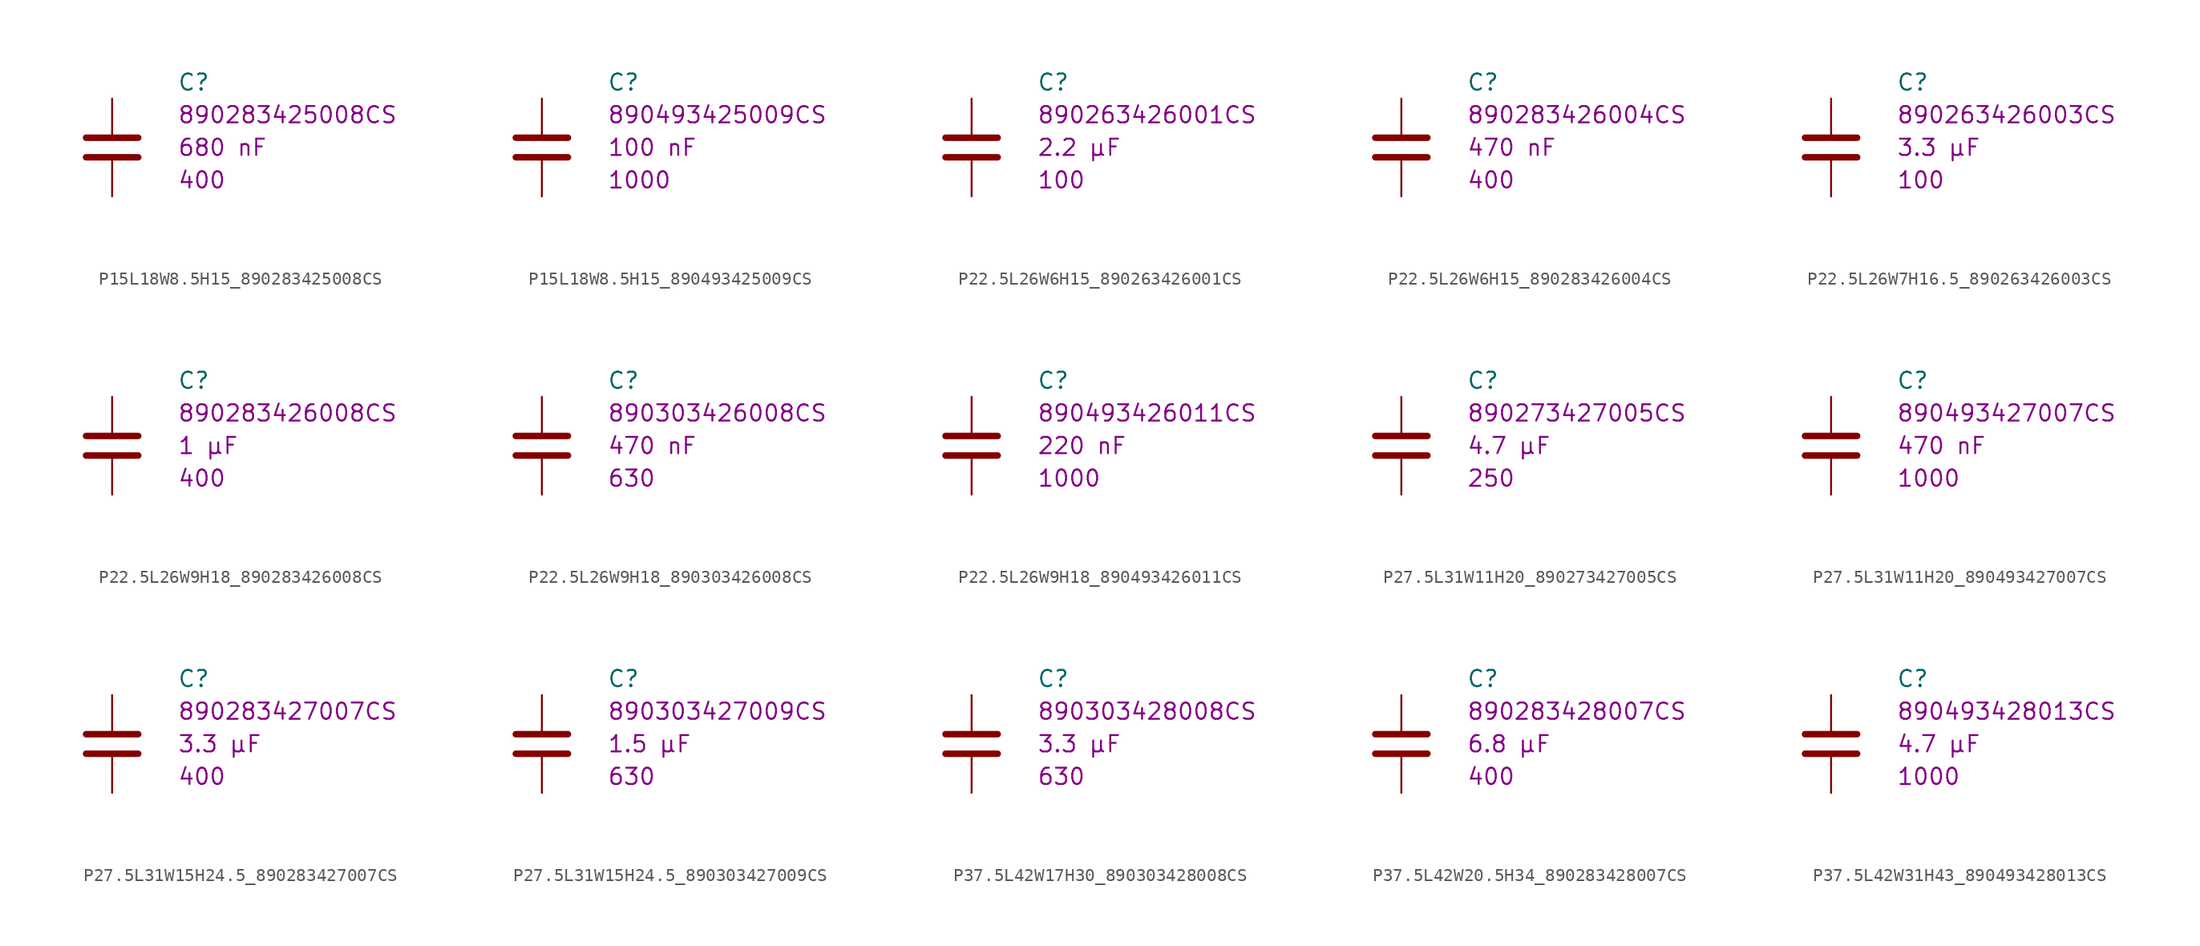
<source format=kicad_sym>
(kicad_symbol_lib
  (version 20220914)
  (generator kicad_symbol_editor)
  (symbol "P15L18W8.5H15_890283425008CS"
    (pin_numbers hide)
    (pin_names hide)
    (property "Reference" "C"
      (at 5.08 5.08 0)
      (effects (font (size 1.27 1.27)) (justify left)))
    (property "Part Number" "890283425008CS"
      (at 5.08 2.54 0)
      (effects (font (size 1.27 1.27)) (justify left)))
    (property "Capacitance" "680 nF"
      (at 5.08 0 0)
      (effects (font (size 1.27 1.27)) (justify left)))
    (property "Voltage" "400"
      (at 5.08 -2.54 0)
      (effects (font (size 1.27 1.27)) (justify left)))
    (property "Critical Parameter" ""
      (at 0 -7.62 0)
      (effects (font (size 1.27 1.27))))
    (symbol "P15L18W8.5H15_890283425008CS_0_1"
      (polyline (pts (xy -2.032 -0.762) (xy 2.032 -0.762)) (stroke (width 0.508) (type default)) (fill (type none)))
      (polyline (pts (xy -2.032 0.762) (xy 2.032 0.762)) (stroke (width 0.508) (type default)) (fill (type none))))
    (symbol "P15L18W8.5H15_890283425008CS_1_1"
      (pin passive line (at 0 3.81 270) (length 2.794) (name "1" (effects (font (size 1.27 1.27)))) (number "1" (effects (font (size 1.27 1.27)))))
      (pin passive line (at 0 -3.81 90) (length 2.794) (name "2" (effects (font (size 1.27 1.27)))) (number "2" (effects (font (size 1.27 1.27)))))))
  (symbol "P15L18W8.5H15_890493425009CS"
    (pin_numbers hide)
    (pin_names hide)
    (property "Reference" "C"
      (at 5.08 5.08 0)
      (effects (font (size 1.27 1.27)) (justify left)))
    (property "Part Number" "890493425009CS"
      (at 5.08 2.54 0)
      (effects (font (size 1.27 1.27)) (justify left)))
    (property "Capacitance" "100 nF"
      (at 5.08 0 0)
      (effects (font (size 1.27 1.27)) (justify left)))
    (property "Voltage" "1000"
      (at 5.08 -2.54 0)
      (effects (font (size 1.27 1.27)) (justify left)))
    (property "Critical Parameter" ""
      (at 0 -7.62 0)
      (effects (font (size 1.27 1.27))))
    (symbol "P15L18W8.5H15_890493425009CS_0_1"
      (polyline (pts (xy -2.032 -0.762) (xy 2.032 -0.762)) (stroke (width 0.508) (type default)) (fill (type none)))
      (polyline (pts (xy -2.032 0.762) (xy 2.032 0.762)) (stroke (width 0.508) (type default)) (fill (type none))))
    (symbol "P15L18W8.5H15_890493425009CS_1_1"
      (pin passive line (at 0 3.81 270) (length 2.794) (name "1" (effects (font (size 1.27 1.27)))) (number "1" (effects (font (size 1.27 1.27)))))
      (pin passive line (at 0 -3.81 90) (length 2.794) (name "2" (effects (font (size 1.27 1.27)))) (number "2" (effects (font (size 1.27 1.27)))))))
  (symbol "P22.5L26W6H15_890263426001CS"
    (pin_numbers hide)
    (pin_names hide)
    (property "Reference" "C"
      (at 5.08 5.08 0)
      (effects (font (size 1.27 1.27)) (justify left)))
    (property "Part Number" "890263426001CS"
      (at 5.08 2.54 0)
      (effects (font (size 1.27 1.27)) (justify left)))
    (property "Capacitance" "2.2 µF"
      (at 5.08 0 0)
      (effects (font (size 1.27 1.27)) (justify left)))
    (property "Voltage" "100"
      (at 5.08 -2.54 0)
      (effects (font (size 1.27 1.27)) (justify left)))
    (property "Critical Parameter" ""
      (at 0 -7.62 0)
      (effects (font (size 1.27 1.27))))
    (symbol "P22.5L26W6H15_890263426001CS_0_1"
      (polyline (pts (xy -2.032 -0.762) (xy 2.032 -0.762)) (stroke (width 0.508) (type default)) (fill (type none)))
      (polyline (pts (xy -2.032 0.762) (xy 2.032 0.762)) (stroke (width 0.508) (type default)) (fill (type none))))
    (symbol "P22.5L26W6H15_890263426001CS_1_1"
      (pin passive line (at 0 3.81 270) (length 2.794) (name "1" (effects (font (size 1.27 1.27)))) (number "1" (effects (font (size 1.27 1.27)))))
      (pin passive line (at 0 -3.81 90) (length 2.794) (name "2" (effects (font (size 1.27 1.27)))) (number "2" (effects (font (size 1.27 1.27)))))))
  (symbol "P22.5L26W6H15_890283426004CS"
    (pin_numbers hide)
    (pin_names hide)
    (property "Reference" "C"
      (at 5.08 5.08 0)
      (effects (font (size 1.27 1.27)) (justify left)))
    (property "Part Number" "890283426004CS"
      (at 5.08 2.54 0)
      (effects (font (size 1.27 1.27)) (justify left)))
    (property "Capacitance" "470 nF"
      (at 5.08 0 0)
      (effects (font (size 1.27 1.27)) (justify left)))
    (property "Voltage" "400"
      (at 5.08 -2.54 0)
      (effects (font (size 1.27 1.27)) (justify left)))
    (property "Critical Parameter" ""
      (at 0 -7.62 0)
      (effects (font (size 1.27 1.27))))
    (symbol "P22.5L26W6H15_890283426004CS_0_1"
      (polyline (pts (xy -2.032 -0.762) (xy 2.032 -0.762)) (stroke (width 0.508) (type default)) (fill (type none)))
      (polyline (pts (xy -2.032 0.762) (xy 2.032 0.762)) (stroke (width 0.508) (type default)) (fill (type none))))
    (symbol "P22.5L26W6H15_890283426004CS_1_1"
      (pin passive line (at 0 3.81 270) (length 2.794) (name "1" (effects (font (size 1.27 1.27)))) (number "1" (effects (font (size 1.27 1.27)))))
      (pin passive line (at 0 -3.81 90) (length 2.794) (name "2" (effects (font (size 1.27 1.27)))) (number "2" (effects (font (size 1.27 1.27)))))))
  (symbol "P22.5L26W7H16.5_890263426003CS"
    (pin_numbers hide)
    (pin_names hide)
    (property "Reference" "C"
      (at 5.08 5.08 0)
      (effects (font (size 1.27 1.27)) (justify left)))
    (property "Part Number" "890263426003CS"
      (at 5.08 2.54 0)
      (effects (font (size 1.27 1.27)) (justify left)))
    (property "Capacitance" "3.3 µF"
      (at 5.08 0 0)
      (effects (font (size 1.27 1.27)) (justify left)))
    (property "Voltage" "100"
      (at 5.08 -2.54 0)
      (effects (font (size 1.27 1.27)) (justify left)))
    (property "Critical Parameter" ""
      (at 0 -7.62 0)
      (effects (font (size 1.27 1.27))))
    (symbol "P22.5L26W7H16.5_890263426003CS_0_1"
      (polyline (pts (xy -2.032 -0.762) (xy 2.032 -0.762)) (stroke (width 0.508) (type default)) (fill (type none)))
      (polyline (pts (xy -2.032 0.762) (xy 2.032 0.762)) (stroke (width 0.508) (type default)) (fill (type none))))
    (symbol "P22.5L26W7H16.5_890263426003CS_1_1"
      (pin passive line (at 0 3.81 270) (length 2.794) (name "1" (effects (font (size 1.27 1.27)))) (number "1" (effects (font (size 1.27 1.27)))))
      (pin passive line (at 0 -3.81 90) (length 2.794) (name "2" (effects (font (size 1.27 1.27)))) (number "2" (effects (font (size 1.27 1.27)))))))
  (symbol "P22.5L26W9H18_890283426008CS"
    (pin_numbers hide)
    (pin_names hide)
    (property "Reference" "C"
      (at 5.08 5.08 0)
      (effects (font (size 1.27 1.27)) (justify left)))
    (property "Part Number" "890283426008CS"
      (at 5.08 2.54 0)
      (effects (font (size 1.27 1.27)) (justify left)))
    (property "Capacitance" "1 µF"
      (at 5.08 0 0)
      (effects (font (size 1.27 1.27)) (justify left)))
    (property "Voltage" "400"
      (at 5.08 -2.54 0)
      (effects (font (size 1.27 1.27)) (justify left)))
    (property "Critical Parameter" ""
      (at 0 -7.62 0)
      (effects (font (size 1.27 1.27))))
    (symbol "P22.5L26W9H18_890283426008CS_0_1"
      (polyline (pts (xy -2.032 -0.762) (xy 2.032 -0.762)) (stroke (width 0.508) (type default)) (fill (type none)))
      (polyline (pts (xy -2.032 0.762) (xy 2.032 0.762)) (stroke (width 0.508) (type default)) (fill (type none))))
    (symbol "P22.5L26W9H18_890283426008CS_1_1"
      (pin passive line (at 0 3.81 270) (length 2.794) (name "1" (effects (font (size 1.27 1.27)))) (number "1" (effects (font (size 1.27 1.27)))))
      (pin passive line (at 0 -3.81 90) (length 2.794) (name "2" (effects (font (size 1.27 1.27)))) (number "2" (effects (font (size 1.27 1.27)))))))
  (symbol "P22.5L26W9H18_890303426008CS"
    (pin_numbers hide)
    (pin_names hide)
    (property "Reference" "C"
      (at 5.08 5.08 0)
      (effects (font (size 1.27 1.27)) (justify left)))
    (property "Part Number" "890303426008CS"
      (at 5.08 2.54 0)
      (effects (font (size 1.27 1.27)) (justify left)))
    (property "Capacitance" "470 nF"
      (at 5.08 0 0)
      (effects (font (size 1.27 1.27)) (justify left)))
    (property "Voltage" "630"
      (at 5.08 -2.54 0)
      (effects (font (size 1.27 1.27)) (justify left)))
    (property "Critical Parameter" ""
      (at 0 -7.62 0)
      (effects (font (size 1.27 1.27))))
    (symbol "P22.5L26W9H18_890303426008CS_0_1"
      (polyline (pts (xy -2.032 -0.762) (xy 2.032 -0.762)) (stroke (width 0.508) (type default)) (fill (type none)))
      (polyline (pts (xy -2.032 0.762) (xy 2.032 0.762)) (stroke (width 0.508) (type default)) (fill (type none))))
    (symbol "P22.5L26W9H18_890303426008CS_1_1"
      (pin passive line (at 0 3.81 270) (length 2.794) (name "1" (effects (font (size 1.27 1.27)))) (number "1" (effects (font (size 1.27 1.27)))))
      (pin passive line (at 0 -3.81 90) (length 2.794) (name "2" (effects (font (size 1.27 1.27)))) (number "2" (effects (font (size 1.27 1.27)))))))
  (symbol "P22.5L26W9H18_890493426011CS"
    (pin_numbers hide)
    (pin_names hide)
    (property "Reference" "C"
      (at 5.08 5.08 0)
      (effects (font (size 1.27 1.27)) (justify left)))
    (property "Part Number" "890493426011CS"
      (at 5.08 2.54 0)
      (effects (font (size 1.27 1.27)) (justify left)))
    (property "Capacitance" "220 nF"
      (at 5.08 0 0)
      (effects (font (size 1.27 1.27)) (justify left)))
    (property "Voltage" "1000"
      (at 5.08 -2.54 0)
      (effects (font (size 1.27 1.27)) (justify left)))
    (property "Critical Parameter" ""
      (at 0 -7.62 0)
      (effects (font (size 1.27 1.27))))
    (symbol "P22.5L26W9H18_890493426011CS_0_1"
      (polyline (pts (xy -2.032 -0.762) (xy 2.032 -0.762)) (stroke (width 0.508) (type default)) (fill (type none)))
      (polyline (pts (xy -2.032 0.762) (xy 2.032 0.762)) (stroke (width 0.508) (type default)) (fill (type none))))
    (symbol "P22.5L26W9H18_890493426011CS_1_1"
      (pin passive line (at 0 3.81 270) (length 2.794) (name "1" (effects (font (size 1.27 1.27)))) (number "1" (effects (font (size 1.27 1.27)))))
      (pin passive line (at 0 -3.81 90) (length 2.794) (name "2" (effects (font (size 1.27 1.27)))) (number "2" (effects (font (size 1.27 1.27)))))))
  (symbol "P27.5L31W11H20_890273427005CS"
    (pin_numbers hide)
    (pin_names hide)
    (property "Reference" "C"
      (at 5.08 5.08 0)
      (effects (font (size 1.27 1.27)) (justify left)))
    (property "Part Number" "890273427005CS"
      (at 5.08 2.54 0)
      (effects (font (size 1.27 1.27)) (justify left)))
    (property "Capacitance" "4.7 µF"
      (at 5.08 0 0)
      (effects (font (size 1.27 1.27)) (justify left)))
    (property "Voltage" "250"
      (at 5.08 -2.54 0)
      (effects (font (size 1.27 1.27)) (justify left)))
    (property "Critical Parameter" ""
      (at 0 -7.62 0)
      (effects (font (size 1.27 1.27))))
    (symbol "P27.5L31W11H20_890273427005CS_0_1"
      (polyline (pts (xy -2.032 -0.762) (xy 2.032 -0.762)) (stroke (width 0.508) (type default)) (fill (type none)))
      (polyline (pts (xy -2.032 0.762) (xy 2.032 0.762)) (stroke (width 0.508) (type default)) (fill (type none))))
    (symbol "P27.5L31W11H20_890273427005CS_1_1"
      (pin passive line (at 0 3.81 270) (length 2.794) (name "1" (effects (font (size 1.27 1.27)))) (number "1" (effects (font (size 1.27 1.27)))))
      (pin passive line (at 0 -3.81 90) (length 2.794) (name "2" (effects (font (size 1.27 1.27)))) (number "2" (effects (font (size 1.27 1.27)))))))
  (symbol "P27.5L31W11H20_890493427007CS"
    (pin_numbers hide)
    (pin_names hide)
    (property "Reference" "C"
      (at 5.08 5.08 0)
      (effects (font (size 1.27 1.27)) (justify left)))
    (property "Part Number" "890493427007CS"
      (at 5.08 2.54 0)
      (effects (font (size 1.27 1.27)) (justify left)))
    (property "Capacitance" "470 nF"
      (at 5.08 0 0)
      (effects (font (size 1.27 1.27)) (justify left)))
    (property "Voltage" "1000"
      (at 5.08 -2.54 0)
      (effects (font (size 1.27 1.27)) (justify left)))
    (property "Critical Parameter" ""
      (at 0 -7.62 0)
      (effects (font (size 1.27 1.27))))
    (symbol "P27.5L31W11H20_890493427007CS_0_1"
      (polyline (pts (xy -2.032 -0.762) (xy 2.032 -0.762)) (stroke (width 0.508) (type default)) (fill (type none)))
      (polyline (pts (xy -2.032 0.762) (xy 2.032 0.762)) (stroke (width 0.508) (type default)) (fill (type none))))
    (symbol "P27.5L31W11H20_890493427007CS_1_1"
      (pin passive line (at 0 3.81 270) (length 2.794) (name "1" (effects (font (size 1.27 1.27)))) (number "1" (effects (font (size 1.27 1.27)))))
      (pin passive line (at 0 -3.81 90) (length 2.794) (name "2" (effects (font (size 1.27 1.27)))) (number "2" (effects (font (size 1.27 1.27)))))))
  (symbol "P27.5L31W15H24.5_890283427007CS"
    (pin_numbers hide)
    (pin_names hide)
    (property "Reference" "C"
      (at 5.08 5.08 0)
      (effects (font (size 1.27 1.27)) (justify left)))
    (property "Part Number" "890283427007CS"
      (at 5.08 2.54 0)
      (effects (font (size 1.27 1.27)) (justify left)))
    (property "Capacitance" "3.3 µF"
      (at 5.08 0 0)
      (effects (font (size 1.27 1.27)) (justify left)))
    (property "Voltage" "400"
      (at 5.08 -2.54 0)
      (effects (font (size 1.27 1.27)) (justify left)))
    (property "Critical Parameter" ""
      (at 0 -7.62 0)
      (effects (font (size 1.27 1.27))))
    (symbol "P27.5L31W15H24.5_890283427007CS_0_1"
      (polyline (pts (xy -2.032 -0.762) (xy 2.032 -0.762)) (stroke (width 0.508) (type default)) (fill (type none)))
      (polyline (pts (xy -2.032 0.762) (xy 2.032 0.762)) (stroke (width 0.508) (type default)) (fill (type none))))
    (symbol "P27.5L31W15H24.5_890283427007CS_1_1"
      (pin passive line (at 0 3.81 270) (length 2.794) (name "1" (effects (font (size 1.27 1.27)))) (number "1" (effects (font (size 1.27 1.27)))))
      (pin passive line (at 0 -3.81 90) (length 2.794) (name "2" (effects (font (size 1.27 1.27)))) (number "2" (effects (font (size 1.27 1.27)))))))
  (symbol "P27.5L31W15H24.5_890303427009CS"
    (pin_numbers hide)
    (pin_names hide)
    (property "Reference" "C"
      (at 5.08 5.08 0)
      (effects (font (size 1.27 1.27)) (justify left)))
    (property "Part Number" "890303427009CS"
      (at 5.08 2.54 0)
      (effects (font (size 1.27 1.27)) (justify left)))
    (property "Capacitance" "1.5 µF"
      (at 5.08 0 0)
      (effects (font (size 1.27 1.27)) (justify left)))
    (property "Voltage" "630"
      (at 5.08 -2.54 0)
      (effects (font (size 1.27 1.27)) (justify left)))
    (property "Critical Parameter" ""
      (at 0 -7.62 0)
      (effects (font (size 1.27 1.27))))
    (symbol "P27.5L31W15H24.5_890303427009CS_0_1"
      (polyline (pts (xy -2.032 -0.762) (xy 2.032 -0.762)) (stroke (width 0.508) (type default)) (fill (type none)))
      (polyline (pts (xy -2.032 0.762) (xy 2.032 0.762)) (stroke (width 0.508) (type default)) (fill (type none))))
    (symbol "P27.5L31W15H24.5_890303427009CS_1_1"
      (pin passive line (at 0 3.81 270) (length 2.794) (name "1" (effects (font (size 1.27 1.27)))) (number "1" (effects (font (size 1.27 1.27)))))
      (pin passive line (at 0 -3.81 90) (length 2.794) (name "2" (effects (font (size 1.27 1.27)))) (number "2" (effects (font (size 1.27 1.27)))))))
  (symbol "P37.5L42W17H30_890303428008CS"
    (pin_numbers hide)
    (pin_names hide)
    (property "Reference" "C"
      (at 5.08 5.08 0)
      (effects (font (size 1.27 1.27)) (justify left)))
    (property "Part Number" "890303428008CS"
      (at 5.08 2.54 0)
      (effects (font (size 1.27 1.27)) (justify left)))
    (property "Capacitance" "3.3 µF"
      (at 5.08 0 0)
      (effects (font (size 1.27 1.27)) (justify left)))
    (property "Voltage" "630"
      (at 5.08 -2.54 0)
      (effects (font (size 1.27 1.27)) (justify left)))
    (property "Critical Parameter" ""
      (at 0 -7.62 0)
      (effects (font (size 1.27 1.27))))
    (symbol "P37.5L42W17H30_890303428008CS_0_1"
      (polyline (pts (xy -2.032 -0.762) (xy 2.032 -0.762)) (stroke (width 0.508) (type default)) (fill (type none)))
      (polyline (pts (xy -2.032 0.762) (xy 2.032 0.762)) (stroke (width 0.508) (type default)) (fill (type none))))
    (symbol "P37.5L42W17H30_890303428008CS_1_1"
      (pin passive line (at 0 3.81 270) (length 2.794) (name "1" (effects (font (size 1.27 1.27)))) (number "1" (effects (font (size 1.27 1.27)))))
      (pin passive line (at 0 -3.81 90) (length 2.794) (name "2" (effects (font (size 1.27 1.27)))) (number "2" (effects (font (size 1.27 1.27)))))))
  (symbol "P37.5L42W20.5H34_890283428007CS"
    (pin_numbers hide)
    (pin_names hide)
    (property "Reference" "C"
      (at 5.08 5.08 0)
      (effects (font (size 1.27 1.27)) (justify left)))
    (property "Part Number" "890283428007CS"
      (at 5.08 2.54 0)
      (effects (font (size 1.27 1.27)) (justify left)))
    (property "Capacitance" "6.8 µF"
      (at 5.08 0 0)
      (effects (font (size 1.27 1.27)) (justify left)))
    (property "Voltage" "400"
      (at 5.08 -2.54 0)
      (effects (font (size 1.27 1.27)) (justify left)))
    (property "Critical Parameter" ""
      (at 0 -7.62 0)
      (effects (font (size 1.27 1.27))))
    (symbol "P37.5L42W20.5H34_890283428007CS_0_1"
      (polyline (pts (xy -2.032 -0.762) (xy 2.032 -0.762)) (stroke (width 0.508) (type default)) (fill (type none)))
      (polyline (pts (xy -2.032 0.762) (xy 2.032 0.762)) (stroke (width 0.508) (type default)) (fill (type none))))
    (symbol "P37.5L42W20.5H34_890283428007CS_1_1"
      (pin passive line (at 0 3.81 270) (length 2.794) (name "1" (effects (font (size 1.27 1.27)))) (number "1" (effects (font (size 1.27 1.27)))))
      (pin passive line (at 0 -3.81 90) (length 2.794) (name "2" (effects (font (size 1.27 1.27)))) (number "2" (effects (font (size 1.27 1.27)))))))
  (symbol "P37.5L42W31H43_890493428013CS"
    (pin_numbers hide)
    (pin_names hide)
    (property "Reference" "C"
      (at 5.08 5.08 0)
      (effects (font (size 1.27 1.27)) (justify left)))
    (property "Part Number" "890493428013CS"
      (at 5.08 2.54 0)
      (effects (font (size 1.27 1.27)) (justify left)))
    (property "Capacitance" "4.7 µF"
      (at 5.08 0 0)
      (effects (font (size 1.27 1.27)) (justify left)))
    (property "Voltage" "1000"
      (at 5.08 -2.54 0)
      (effects (font (size 1.27 1.27)) (justify left)))
    (property "Critical Parameter" ""
      (at 0 -7.62 0)
      (effects (font (size 1.27 1.27))))
    (symbol "P37.5L42W31H43_890493428013CS_0_1"
      (polyline (pts (xy -2.032 -0.762) (xy 2.032 -0.762)) (stroke (width 0.508) (type default)) (fill (type none)))
      (polyline (pts (xy -2.032 0.762) (xy 2.032 0.762)) (stroke (width 0.508) (type default)) (fill (type none))))
    (symbol "P37.5L42W31H43_890493428013CS_1_1"
      (pin passive line (at 0 3.81 270) (length 2.794) (name "1" (effects (font (size 1.27 1.27)))) (number "1" (effects (font (size 1.27 1.27)))))
      (pin passive line (at 0 -3.81 90) (length 2.794) (name "2" (effects (font (size 1.27 1.27)))) (number "2" (effects (font (size 1.27 1.27))))))))
</source>
